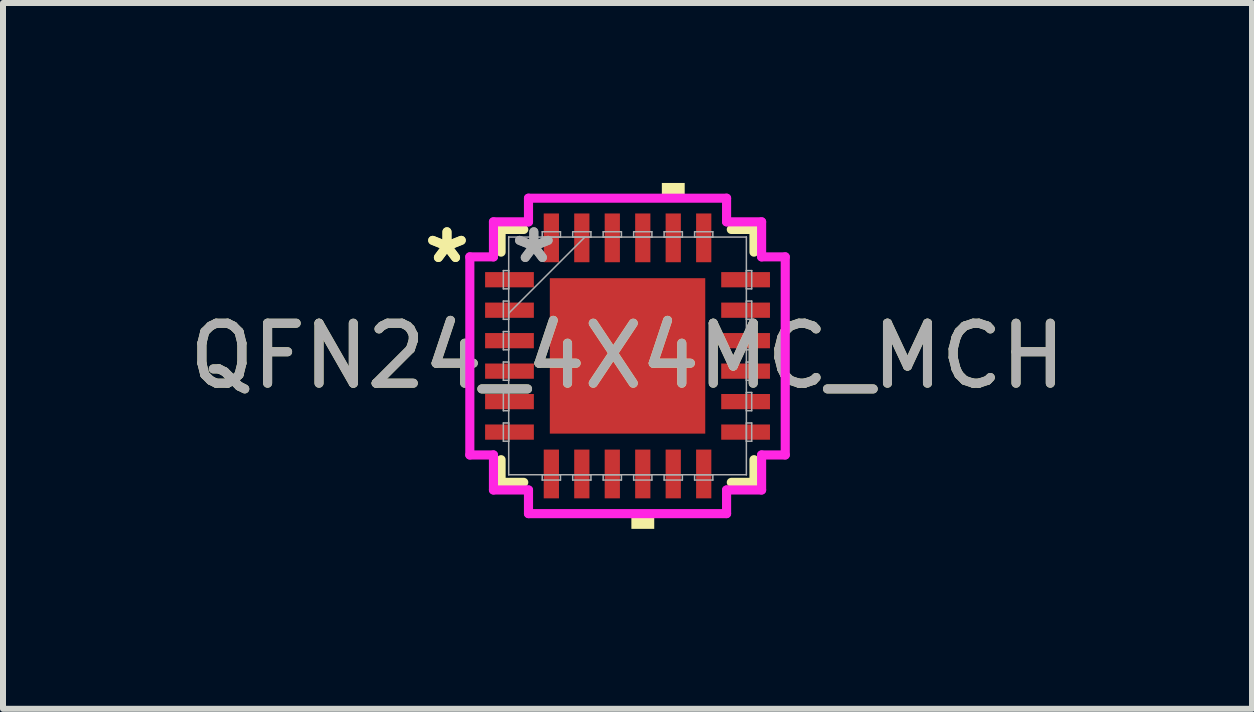
<source format=kicad_pcb>
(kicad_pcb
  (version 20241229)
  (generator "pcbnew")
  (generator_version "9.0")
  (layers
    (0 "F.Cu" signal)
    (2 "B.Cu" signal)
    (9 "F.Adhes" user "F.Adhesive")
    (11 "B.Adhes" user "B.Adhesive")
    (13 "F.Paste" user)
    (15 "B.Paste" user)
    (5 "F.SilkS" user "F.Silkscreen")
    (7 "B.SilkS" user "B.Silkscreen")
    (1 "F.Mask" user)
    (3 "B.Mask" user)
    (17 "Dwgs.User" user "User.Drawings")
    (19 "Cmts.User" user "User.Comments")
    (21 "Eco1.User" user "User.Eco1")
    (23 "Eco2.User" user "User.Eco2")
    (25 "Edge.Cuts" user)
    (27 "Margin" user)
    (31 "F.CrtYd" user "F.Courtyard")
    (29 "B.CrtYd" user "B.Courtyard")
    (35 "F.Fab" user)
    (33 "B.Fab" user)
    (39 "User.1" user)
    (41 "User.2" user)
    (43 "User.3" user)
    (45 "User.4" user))
  (footprint "QFN24_4X4MC_MCH"
    (layer "F.Cu")
    (at 7.411 2.883)
    (property "Reference" "QFN24_4X4MC_MCH" (at 0 0 0) (unlocked yes) (layer "F.SilkS") (effects (font (size 1 1) (thickness 0.15))))
    (attr smd)
    (fp_line (start -2.108 -2.108) (end -2.108 -1.73) (stroke (width 0.152) (type solid)) (layer "F.SilkS"))
    (fp_line (start -2.108 1.73) (end -2.108 2.108) (stroke (width 0.152) (type solid)) (layer "F.SilkS"))
    (fp_line (start -2.108 2.108) (end -1.73 2.108) (stroke (width 0.152) (type solid)) (layer "F.SilkS"))
    (fp_line (start -1.73 -2.108) (end -2.108 -2.108) (stroke (width 0.152) (type solid)) (layer "F.SilkS"))
    (fp_line (start 1.73 2.108) (end 2.108 2.108) (stroke (width 0.152) (type solid)) (layer "F.SilkS"))
    (fp_line (start 2.108 -2.108) (end 1.73 -2.108) (stroke (width 0.152) (type solid)) (layer "F.SilkS"))
    (fp_line (start 2.108 -1.73) (end 2.108 -2.108) (stroke (width 0.152) (type solid)) (layer "F.SilkS"))
    (fp_line (start 2.108 2.108) (end 2.108 1.73) (stroke (width 0.152) (type solid)) (layer "F.SilkS"))
    (fp_poly (pts (xy 0.064 2.629) (xy 0.064 2.883) (xy 0.445 2.883) (xy 0.445 2.629)) (stroke (width 0) (type solid)) (fill yes) (layer "F.SilkS"))
    (fp_poly (pts (xy 0.572 -2.629) (xy 0.572 -2.883) (xy 0.953 -2.883) (xy 0.953 -2.629)) (stroke (width 0) (type solid)) (fill yes) (layer "F.SilkS"))
    (fp_poly (pts (xy -1.195 -1.195) (xy -1.195 -0.1) (xy -0.1 -0.1) (xy -0.1 -1.195)) (stroke (width 0) (type solid)) (fill yes) (layer "F.Paste"))
    (fp_poly (pts (xy -1.195 0.1) (xy -1.195 1.195) (xy -0.1 1.195) (xy -0.1 0.1)) (stroke (width 0) (type solid)) (fill yes) (layer "F.Paste"))
    (fp_poly (pts (xy 0.1 -1.195) (xy 0.1 -0.1) (xy 1.195 -0.1) (xy 1.195 -1.195)) (stroke (width 0) (type solid)) (fill yes) (layer "F.Paste"))
    (fp_poly (pts (xy 0.1 0.1) (xy 0.1 1.195) (xy 1.195 1.195) (xy 1.195 0.1)) (stroke (width 0) (type solid)) (fill yes) (layer "F.Paste"))
    (fp_line (start -2.629 -1.651) (end -2.235 -1.651) (stroke (width 0.152) (type solid)) (layer "F.CrtYd"))
    (fp_line (start -2.629 1.651) (end -2.629 -1.651) (stroke (width 0.152) (type solid)) (layer "F.CrtYd"))
    (fp_line (start -2.235 -2.235) (end -1.651 -2.235) (stroke (width 0.152) (type solid)) (layer "F.CrtYd"))
    (fp_line (start -2.235 -1.651) (end -2.235 -2.235) (stroke (width 0.152) (type solid)) (layer "F.CrtYd"))
    (fp_line (start -2.235 1.651) (end -2.629 1.651) (stroke (width 0.152) (type solid)) (layer "F.CrtYd"))
    (fp_line (start -2.235 2.235) (end -2.235 1.651) (stroke (width 0.152) (type solid)) (layer "F.CrtYd"))
    (fp_line (start -1.651 -2.629) (end 1.651 -2.629) (stroke (width 0.152) (type solid)) (layer "F.CrtYd"))
    (fp_line (start -1.651 -2.235) (end -1.651 -2.629) (stroke (width 0.152) (type solid)) (layer "F.CrtYd"))
    (fp_line (start -1.651 2.235) (end -2.235 2.235) (stroke (width 0.152) (type solid)) (layer "F.CrtYd"))
    (fp_line (start -1.651 2.629) (end -1.651 2.235) (stroke (width 0.152) (type solid)) (layer "F.CrtYd"))
    (fp_line (start 1.651 -2.629) (end 1.651 -2.235) (stroke (width 0.152) (type solid)) (layer "F.CrtYd"))
    (fp_line (start 1.651 -2.235) (end 2.235 -2.235) (stroke (width 0.152) (type solid)) (layer "F.CrtYd"))
    (fp_line (start 1.651 2.235) (end 1.651 2.629) (stroke (width 0.152) (type solid)) (layer "F.CrtYd"))
    (fp_line (start 1.651 2.629) (end -1.651 2.629) (stroke (width 0.152) (type solid)) (layer "F.CrtYd"))
    (fp_line (start 2.235 -2.235) (end 2.235 -1.651) (stroke (width 0.152) (type solid)) (layer "F.CrtYd"))
    (fp_line (start 2.235 -1.651) (end 2.629 -1.651) (stroke (width 0.152) (type solid)) (layer "F.CrtYd"))
    (fp_line (start 2.235 1.651) (end 2.235 2.235) (stroke (width 0.152) (type solid)) (layer "F.CrtYd"))
    (fp_line (start 2.235 2.235) (end 1.651 2.235) (stroke (width 0.152) (type solid)) (layer "F.CrtYd"))
    (fp_line (start 2.629 -1.651) (end 2.629 1.651) (stroke (width 0.152) (type solid)) (layer "F.CrtYd"))
    (fp_line (start 2.629 1.651) (end 2.235 1.651) (stroke (width 0.152) (type solid)) (layer "F.CrtYd"))
    (fp_line (start -2.07 -1.422) (end -2.07 -1.118) (stroke (width 0.025) (type solid)) (layer "F.Fab"))
    (fp_line (start -2.07 -1.118) (end -1.981 -1.118) (stroke (width 0.025) (type solid)) (layer "F.Fab"))
    (fp_line (start -2.07 -0.914) (end -2.07 -0.61) (stroke (width 0.025) (type solid)) (layer "F.Fab"))
    (fp_line (start -2.07 -0.61) (end -1.981 -0.61) (stroke (width 0.025) (type solid)) (layer "F.Fab"))
    (fp_line (start -2.07 -0.406) (end -2.07 -0.102) (stroke (width 0.025) (type solid)) (layer "F.Fab"))
    (fp_line (start -2.07 -0.102) (end -1.981 -0.102) (stroke (width 0.025) (type solid)) (layer "F.Fab"))
    (fp_line (start -2.07 0.102) (end -2.07 0.406) (stroke (width 0.025) (type solid)) (layer "F.Fab"))
    (fp_line (start -2.07 0.406) (end -1.981 0.406) (stroke (width 0.025) (type solid)) (layer "F.Fab"))
    (fp_line (start -2.07 0.61) (end -2.07 0.914) (stroke (width 0.025) (type solid)) (layer "F.Fab"))
    (fp_line (start -2.07 0.914) (end -1.981 0.914) (stroke (width 0.025) (type solid)) (layer "F.Fab"))
    (fp_line (start -2.07 1.118) (end -2.07 1.422) (stroke (width 0.025) (type solid)) (layer "F.Fab"))
    (fp_line (start -2.07 1.422) (end -1.981 1.422) (stroke (width 0.025) (type solid)) (layer "F.Fab"))
    (fp_line (start -1.981 -1.981) (end -1.981 -1.981) (stroke (width 0.025) (type solid)) (layer "F.Fab"))
    (fp_line (start -1.981 -1.981) (end -1.981 1.981) (stroke (width 0.025) (type solid)) (layer "F.Fab"))
    (fp_line (start -1.981 -1.422) (end -2.07 -1.422) (stroke (width 0.025) (type solid)) (layer "F.Fab"))
    (fp_line (start -1.981 -1.118) (end -1.981 -1.422) (stroke (width 0.025) (type solid)) (layer "F.Fab"))
    (fp_line (start -1.981 -0.914) (end -2.07 -0.914) (stroke (width 0.025) (type solid)) (layer "F.Fab"))
    (fp_line (start -1.981 -0.711) (end -0.711 -1.981) (stroke (width 0.025) (type solid)) (layer "F.Fab"))
    (fp_line (start -1.981 -0.61) (end -1.981 -0.914) (stroke (width 0.025) (type solid)) (layer "F.Fab"))
    (fp_line (start -1.981 -0.406) (end -2.07 -0.406) (stroke (width 0.025) (type solid)) (layer "F.Fab"))
    (fp_line (start -1.981 -0.102) (end -1.981 -0.406) (stroke (width 0.025) (type solid)) (layer "F.Fab"))
    (fp_line (start -1.981 0.102) (end -2.07 0.102) (stroke (width 0.025) (type solid)) (layer "F.Fab"))
    (fp_line (start -1.981 0.406) (end -1.981 0.102) (stroke (width 0.025) (type solid)) (layer "F.Fab"))
    (fp_line (start -1.981 0.61) (end -2.07 0.61) (stroke (width 0.025) (type solid)) (layer "F.Fab"))
    (fp_line (start -1.981 0.914) (end -1.981 0.61) (stroke (width 0.025) (type solid)) (layer "F.Fab"))
    (fp_line (start -1.981 1.118) (end -2.07 1.118) (stroke (width 0.025) (type solid)) (layer "F.Fab"))
    (fp_line (start -1.981 1.422) (end -1.981 1.118) (stroke (width 0.025) (type solid)) (layer "F.Fab"))
    (fp_line (start -1.981 1.981) (end -1.981 1.981) (stroke (width 0.025) (type solid)) (layer "F.Fab"))
    (fp_line (start -1.981 1.981) (end 1.981 1.981) (stroke (width 0.025) (type solid)) (layer "F.Fab"))
    (fp_line (start -1.422 -2.07) (end -1.422 -1.981) (stroke (width 0.025) (type solid)) (layer "F.Fab"))
    (fp_line (start -1.422 -1.981) (end -1.118 -1.981) (stroke (width 0.025) (type solid)) (layer "F.Fab"))
    (fp_line (start -1.422 1.981) (end -1.422 2.07) (stroke (width 0.025) (type solid)) (layer "F.Fab"))
    (fp_line (start -1.422 2.07) (end -1.118 2.07) (stroke (width 0.025) (type solid)) (layer "F.Fab"))
    (fp_line (start -1.118 -2.07) (end -1.422 -2.07) (stroke (width 0.025) (type solid)) (layer "F.Fab"))
    (fp_line (start -1.118 -1.981) (end -1.118 -2.07) (stroke (width 0.025) (type solid)) (layer "F.Fab"))
    (fp_line (start -1.118 1.981) (end -1.422 1.981) (stroke (width 0.025) (type solid)) (layer "F.Fab"))
    (fp_line (start -1.118 2.07) (end -1.118 1.981) (stroke (width 0.025) (type solid)) (layer "F.Fab"))
    (fp_line (start -0.914 -2.07) (end -0.914 -1.981) (stroke (width 0.025) (type solid)) (layer "F.Fab"))
    (fp_line (start -0.914 -1.981) (end -0.61 -1.981) (stroke (width 0.025) (type solid)) (layer "F.Fab"))
    (fp_line (start -0.914 1.981) (end -0.914 2.07) (stroke (width 0.025) (type solid)) (layer "F.Fab"))
    (fp_line (start -0.914 2.07) (end -0.61 2.07) (stroke (width 0.025) (type solid)) (layer "F.Fab"))
    (fp_line (start -0.61 -2.07) (end -0.914 -2.07) (stroke (width 0.025) (type solid)) (layer "F.Fab"))
    (fp_line (start -0.61 -1.981) (end -0.61 -2.07) (stroke (width 0.025) (type solid)) (layer "F.Fab"))
    (fp_line (start -0.61 1.981) (end -0.914 1.981) (stroke (width 0.025) (type solid)) (layer "F.Fab"))
    (fp_line (start -0.61 2.07) (end -0.61 1.981) (stroke (width 0.025) (type solid)) (layer "F.Fab"))
    (fp_line (start -0.406 -2.07) (end -0.406 -1.981) (stroke (width 0.025) (type solid)) (layer "F.Fab"))
    (fp_line (start -0.406 -1.981) (end -0.102 -1.981) (stroke (width 0.025) (type solid)) (layer "F.Fab"))
    (fp_line (start -0.406 1.981) (end -0.406 2.07) (stroke (width 0.025) (type solid)) (layer "F.Fab"))
    (fp_line (start -0.406 2.07) (end -0.102 2.07) (stroke (width 0.025) (type solid)) (layer "F.Fab"))
    (fp_line (start -0.102 -2.07) (end -0.406 -2.07) (stroke (width 0.025) (type solid)) (layer "F.Fab"))
    (fp_line (start -0.102 -1.981) (end -0.102 -2.07) (stroke (width 0.025) (type solid)) (layer "F.Fab"))
    (fp_line (start -0.102 1.981) (end -0.406 1.981) (stroke (width 0.025) (type solid)) (layer "F.Fab"))
    (fp_line (start -0.102 2.07) (end -0.102 1.981) (stroke (width 0.025) (type solid)) (layer "F.Fab"))
    (fp_line (start 0.102 -2.07) (end 0.102 -1.981) (stroke (width 0.025) (type solid)) (layer "F.Fab"))
    (fp_line (start 0.102 -1.981) (end 0.406 -1.981) (stroke (width 0.025) (type solid)) (layer "F.Fab"))
    (fp_line (start 0.102 1.981) (end 0.102 2.07) (stroke (width 0.025) (type solid)) (layer "F.Fab"))
    (fp_line (start 0.102 2.07) (end 0.406 2.07) (stroke (width 0.025) (type solid)) (layer "F.Fab"))
    (fp_line (start 0.406 -2.07) (end 0.102 -2.07) (stroke (width 0.025) (type solid)) (layer "F.Fab"))
    (fp_line (start 0.406 -1.981) (end 0.406 -2.07) (stroke (width 0.025) (type solid)) (layer "F.Fab"))
    (fp_line (start 0.406 1.981) (end 0.102 1.981) (stroke (width 0.025) (type solid)) (layer "F.Fab"))
    (fp_line (start 0.406 2.07) (end 0.406 1.981) (stroke (width 0.025) (type solid)) (layer "F.Fab"))
    (fp_line (start 0.61 -2.07) (end 0.61 -1.981) (stroke (width 0.025) (type solid)) (layer "F.Fab"))
    (fp_line (start 0.61 -1.981) (end 0.914 -1.981) (stroke (width 0.025) (type solid)) (layer "F.Fab"))
    (fp_line (start 0.61 1.981) (end 0.61 2.07) (stroke (width 0.025) (type solid)) (layer "F.Fab"))
    (fp_line (start 0.61 2.07) (end 0.914 2.07) (stroke (width 0.025) (type solid)) (layer "F.Fab"))
    (fp_line (start 0.914 -2.07) (end 0.61 -2.07) (stroke (width 0.025) (type solid)) (layer "F.Fab"))
    (fp_line (start 0.914 -1.981) (end 0.914 -2.07) (stroke (width 0.025) (type solid)) (layer "F.Fab"))
    (fp_line (start 0.914 1.981) (end 0.61 1.981) (stroke (width 0.025) (type solid)) (layer "F.Fab"))
    (fp_line (start 0.914 2.07) (end 0.914 1.981) (stroke (width 0.025) (type solid)) (layer "F.Fab"))
    (fp_line (start 1.118 -2.07) (end 1.118 -1.981) (stroke (width 0.025) (type solid)) (layer "F.Fab"))
    (fp_line (start 1.118 -1.981) (end 1.422 -1.981) (stroke (width 0.025) (type solid)) (layer "F.Fab"))
    (fp_line (start 1.118 1.981) (end 1.118 2.07) (stroke (width 0.025) (type solid)) (layer "F.Fab"))
    (fp_line (start 1.118 2.07) (end 1.422 2.07) (stroke (width 0.025) (type solid)) (layer "F.Fab"))
    (fp_line (start 1.422 -2.07) (end 1.118 -2.07) (stroke (width 0.025) (type solid)) (layer "F.Fab"))
    (fp_line (start 1.422 -1.981) (end 1.422 -2.07) (stroke (width 0.025) (type solid)) (layer "F.Fab"))
    (fp_line (start 1.422 1.981) (end 1.118 1.981) (stroke (width 0.025) (type solid)) (layer "F.Fab"))
    (fp_line (start 1.422 2.07) (end 1.422 1.981) (stroke (width 0.025) (type solid)) (layer "F.Fab"))
    (fp_line (start 1.981 -1.981) (end -1.981 -1.981) (stroke (width 0.025) (type solid)) (layer "F.Fab"))
    (fp_line (start 1.981 -1.981) (end 1.981 -1.981) (stroke (width 0.025) (type solid)) (layer "F.Fab"))
    (fp_line (start 1.981 -1.422) (end 1.981 -1.118) (stroke (width 0.025) (type solid)) (layer "F.Fab"))
    (fp_line (start 1.981 -1.118) (end 2.07 -1.118) (stroke (width 0.025) (type solid)) (layer "F.Fab"))
    (fp_line (start 1.981 -0.914) (end 1.981 -0.61) (stroke (width 0.025) (type solid)) (layer "F.Fab"))
    (fp_line (start 1.981 -0.61) (end 2.07 -0.61) (stroke (width 0.025) (type solid)) (layer "F.Fab"))
    (fp_line (start 1.981 -0.406) (end 1.981 -0.102) (stroke (width 0.025) (type solid)) (layer "F.Fab"))
    (fp_line (start 1.981 -0.102) (end 2.07 -0.102) (stroke (width 0.025) (type solid)) (layer "F.Fab"))
    (fp_line (start 1.981 0.102) (end 1.981 0.406) (stroke (width 0.025) (type solid)) (layer "F.Fab"))
    (fp_line (start 1.981 0.406) (end 2.07 0.406) (stroke (width 0.025) (type solid)) (layer "F.Fab"))
    (fp_line (start 1.981 0.61) (end 1.981 0.914) (stroke (width 0.025) (type solid)) (layer "F.Fab"))
    (fp_line (start 1.981 0.914) (end 2.07 0.914) (stroke (width 0.025) (type solid)) (layer "F.Fab"))
    (fp_line (start 1.981 1.118) (end 1.981 1.422) (stroke (width 0.025) (type solid)) (layer "F.Fab"))
    (fp_line (start 1.981 1.422) (end 2.07 1.422) (stroke (width 0.025) (type solid)) (layer "F.Fab"))
    (fp_line (start 1.981 1.981) (end 1.981 -1.981) (stroke (width 0.025) (type solid)) (layer "F.Fab"))
    (fp_line (start 1.981 1.981) (end 1.981 1.981) (stroke (width 0.025) (type solid)) (layer "F.Fab"))
    (fp_line (start 2.07 -1.422) (end 1.981 -1.422) (stroke (width 0.025) (type solid)) (layer "F.Fab"))
    (fp_line (start 2.07 -1.118) (end 2.07 -1.422) (stroke (width 0.025) (type solid)) (layer "F.Fab"))
    (fp_line (start 2.07 -0.914) (end 1.981 -0.914) (stroke (width 0.025) (type solid)) (layer "F.Fab"))
    (fp_line (start 2.07 -0.61) (end 2.07 -0.914) (stroke (width 0.025) (type solid)) (layer "F.Fab"))
    (fp_line (start 2.07 -0.406) (end 1.981 -0.406) (stroke (width 0.025) (type solid)) (layer "F.Fab"))
    (fp_line (start 2.07 -0.102) (end 2.07 -0.406) (stroke (width 0.025) (type solid)) (layer "F.Fab"))
    (fp_line (start 2.07 0.102) (end 1.981 0.102) (stroke (width 0.025) (type solid)) (layer "F.Fab"))
    (fp_line (start 2.07 0.406) (end 2.07 0.102) (stroke (width 0.025) (type solid)) (layer "F.Fab"))
    (fp_line (start 2.07 0.61) (end 1.981 0.61) (stroke (width 0.025) (type solid)) (layer "F.Fab"))
    (fp_line (start 2.07 0.914) (end 2.07 0.61) (stroke (width 0.025) (type solid)) (layer "F.Fab"))
    (fp_line (start 2.07 1.118) (end 1.981 1.118) (stroke (width 0.025) (type solid)) (layer "F.Fab"))
    (fp_line (start 2.07 1.422) (end 2.07 1.118) (stroke (width 0.025) (type solid)) (layer "F.Fab"))
    (fp_text user "*" (at -3.01 -1.524 0) (unlocked yes) (layer "F.SilkS") (effects (font (size 1 1) (thickness 0.15))))
    (fp_text user "*" (at -3.01 -1.524 0) (layer "F.SilkS") (effects (font (size 1 1) (thickness 0.15))))
    (fp_text user "*" (at -1.562 -1.524 0) (unlocked yes) (layer "F.Fab") (effects (font (size 1 1) (thickness 0.15))))
    (fp_text user "*" (at -1.562 -1.524 0) (layer "F.Fab") (effects (font (size 1 1) (thickness 0.15))))
    (fp_text user "${REFERENCE}" (at 0 0 0) (unlocked yes) (layer "F.Fab") (effects (font (size 1 1) (thickness 0.15))))
    (pad "1" smd rect (at -1.968 -1.27 90) (size 0.254 0.813) (layers "F.Cu" "F.Mask" "F.Paste"))
    (pad "2" smd rect (at -1.968 -0.762 90) (size 0.254 0.813) (layers "F.Cu" "F.Mask" "F.Paste"))
    (pad "3" smd rect (at -1.968 -0.254 90) (size 0.254 0.813) (layers "F.Cu" "F.Mask" "F.Paste"))
    (pad "4" smd rect (at -1.968 0.254 90) (size 0.254 0.813) (layers "F.Cu" "F.Mask" "F.Paste"))
    (pad "5" smd rect (at -1.968 0.762 90) (size 0.254 0.813) (layers "F.Cu" "F.Mask" "F.Paste"))
    (pad "6" smd rect (at -1.968 1.27 90) (size 0.254 0.813) (layers "F.Cu" "F.Mask" "F.Paste"))
    (pad "7" smd rect (at -1.27 1.968) (size 0.254 0.813) (layers "F.Cu" "F.Mask" "F.Paste"))
    (pad "8" smd rect (at -0.762 1.968) (size 0.254 0.813) (layers "F.Cu" "F.Mask" "F.Paste"))
    (pad "9" smd rect (at -0.254 1.968) (size 0.254 0.813) (layers "F.Cu" "F.Mask" "F.Paste"))
    (pad "10" smd rect (at 0.254 1.968) (size 0.254 0.813) (layers "F.Cu" "F.Mask" "F.Paste"))
    (pad "11" smd rect (at 0.762 1.968) (size 0.254 0.813) (layers "F.Cu" "F.Mask" "F.Paste"))
    (pad "12" smd rect (at 1.27 1.968) (size 0.254 0.813) (layers "F.Cu" "F.Mask" "F.Paste"))
    (pad "13" smd rect (at 1.968 1.27 90) (size 0.254 0.813) (layers "F.Cu" "F.Mask" "F.Paste"))
    (pad "14" smd rect (at 1.968 0.762 90) (size 0.254 0.813) (layers "F.Cu" "F.Mask" "F.Paste"))
    (pad "15" smd rect (at 1.968 0.254 90) (size 0.254 0.813) (layers "F.Cu" "F.Mask" "F.Paste"))
    (pad "16" smd rect (at 1.968 -0.254 90) (size 0.254 0.813) (layers "F.Cu" "F.Mask" "F.Paste"))
    (pad "17" smd rect (at 1.968 -0.762 90) (size 0.254 0.813) (layers "F.Cu" "F.Mask" "F.Paste"))
    (pad "18" smd rect (at 1.968 -1.27 90) (size 0.254 0.813) (layers "F.Cu" "F.Mask" "F.Paste"))
    (pad "19" smd rect (at 1.27 -1.968) (size 0.254 0.813) (layers "F.Cu" "F.Mask" "F.Paste"))
    (pad "20" smd rect (at 0.762 -1.968) (size 0.254 0.813) (layers "F.Cu" "F.Mask" "F.Paste"))
    (pad "21" smd rect (at 0.254 -1.968) (size 0.254 0.813) (layers "F.Cu" "F.Mask" "F.Paste"))
    (pad "22" smd rect (at -0.254 -1.968) (size 0.254 0.813) (layers "F.Cu" "F.Mask" "F.Paste"))
    (pad "23" smd rect (at -0.762 -1.968) (size 0.254 0.813) (layers "F.Cu" "F.Mask" "F.Paste"))
    (pad "24" smd rect (at -1.27 -1.968) (size 0.254 0.813) (layers "F.Cu" "F.Mask" "F.Paste"))
    (pad "25" smd rect (at 0 0) (size 2.591 2.591) (layers "F.Cu" "F.Mask" "F.Paste")))
  (gr_rect
    (start -3 -3)
    (end 17.821 8.766)
    (stroke (width 0.1) (type default))
    (fill no)
    (layer "Edge.Cuts")))
</source>
